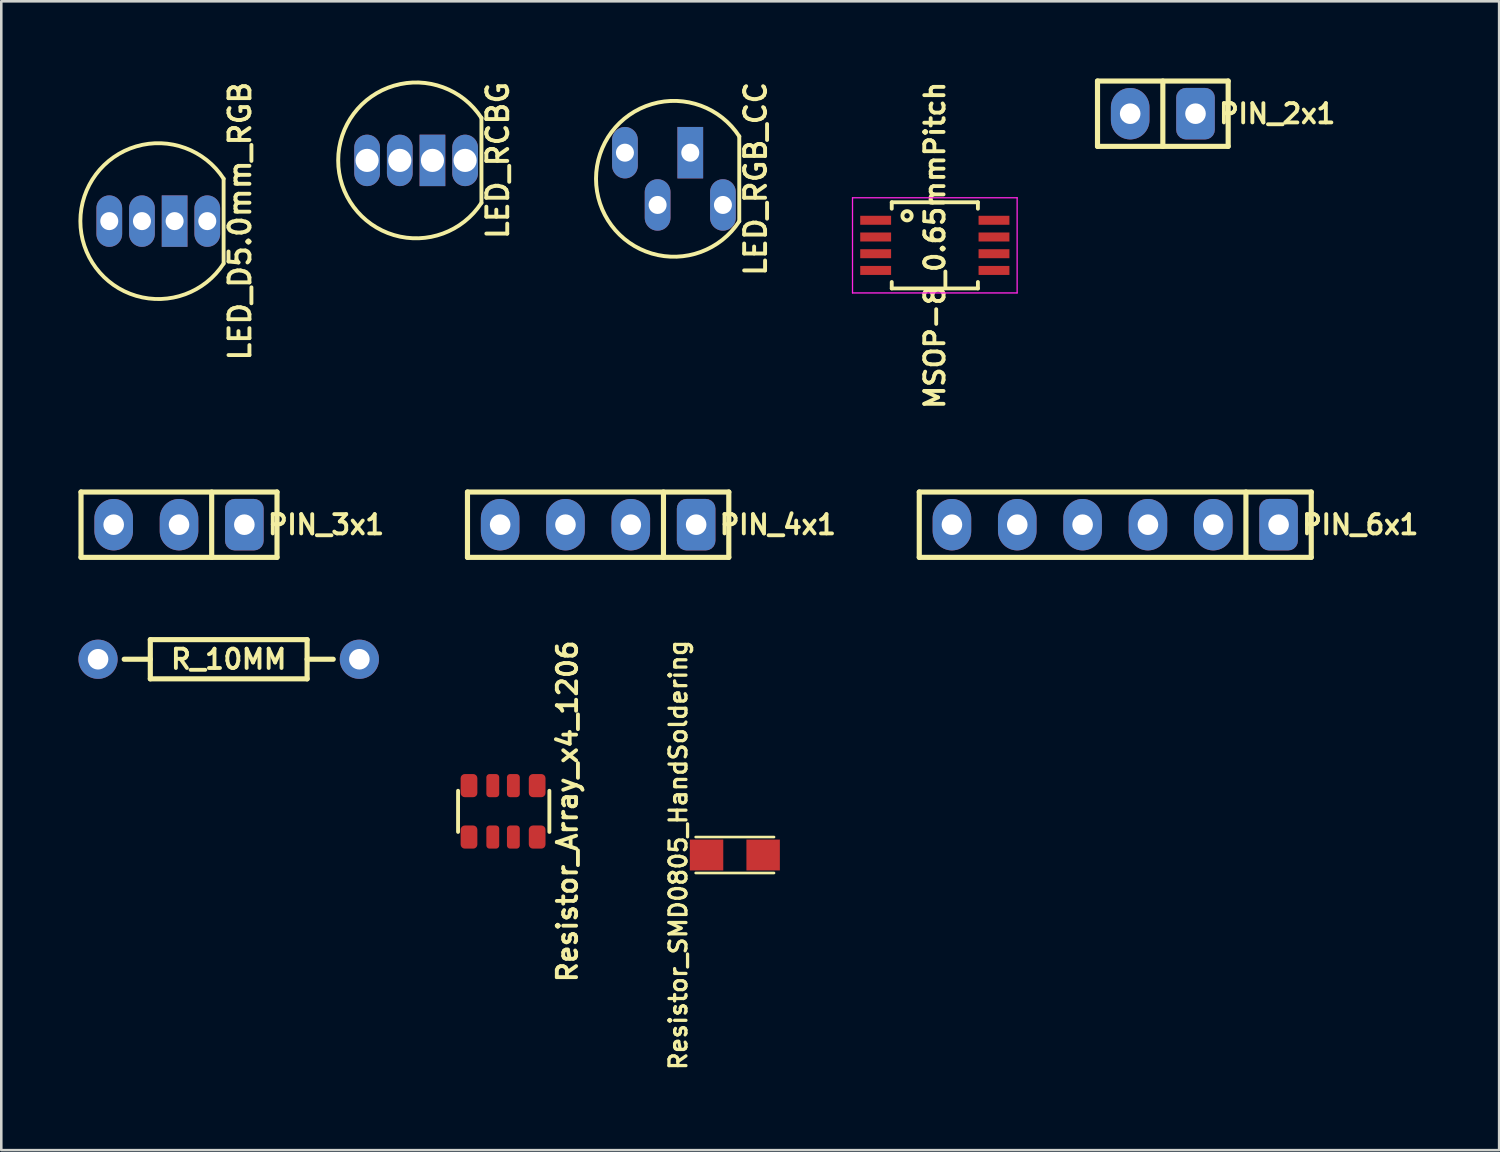
<source format=kicad_pcb>
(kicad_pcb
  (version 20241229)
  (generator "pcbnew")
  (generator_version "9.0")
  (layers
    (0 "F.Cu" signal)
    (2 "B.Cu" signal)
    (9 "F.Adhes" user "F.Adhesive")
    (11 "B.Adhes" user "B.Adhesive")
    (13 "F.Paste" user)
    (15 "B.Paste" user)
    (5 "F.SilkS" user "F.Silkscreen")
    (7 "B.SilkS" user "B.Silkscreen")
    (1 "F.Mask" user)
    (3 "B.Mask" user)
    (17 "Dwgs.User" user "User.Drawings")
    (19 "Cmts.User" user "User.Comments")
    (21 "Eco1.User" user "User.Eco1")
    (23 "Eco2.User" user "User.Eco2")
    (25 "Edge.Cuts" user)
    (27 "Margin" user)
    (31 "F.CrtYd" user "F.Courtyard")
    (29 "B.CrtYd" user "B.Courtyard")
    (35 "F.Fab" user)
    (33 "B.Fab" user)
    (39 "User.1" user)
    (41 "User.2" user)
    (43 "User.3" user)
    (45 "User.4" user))
  (footprint "LED_RGB_CC"
    (layer "F.Cu")
    (at 23.152 3.902)
    (property "Reference" "LED_RGB_CC" (at 3.175 0 90) (layer "F.SilkS") (effects (font (size 0.813 0.813) (thickness 0.152))))
    (attr through_hole)
    (fp_line (start 2.54 -1.651) (end 2.54 1.651) (stroke (width 0.152) (type solid)) (layer "F.SilkS"))
    (fp_arc (start 2.54 1.651) (mid -3.029422 -0.001262) (end 2.541375 -1.648883) (stroke (width 0.1524) (type solid)) (layer "F.SilkS"))
    (pad "BA" thru_hole oval (at -1.905 -1.016) (size 1 2) (drill 0.7) (layers "*.Cu" "*.Mask"))
    (pad "CC" thru_hole rect (at 0.635 -1.016) (size 1 2) (drill 0.7) (layers "*.Cu" "*.Mask"))
    (pad "GA" thru_hole oval (at -0.635 1.016) (size 1 2) (drill 0.7) (layers "*.Cu" "*.Mask"))
    (pad "RA" thru_hole oval (at 1.905 1.016) (size 1 2) (drill 0.7) (layers "*.Cu" "*.Mask")))
  (footprint "LED_RCBG"
    (layer "F.Cu")
    (at 13.128 3.186)
    (property "Reference" "LED_RCBG" (at 3.175 0 90) (layer "F.SilkS") (effects (font (size 0.813 0.813) (thickness 0.152))))
    (attr through_hole)
    (fp_line (start 2.54 -1.651) (end 2.54 1.651) (stroke (width 0.152) (type solid)) (layer "F.SilkS"))
    (fp_arc (start 2.54 1.651) (mid -3.029422 -0.001262) (end 2.541375 -1.648883) (stroke (width 0.1524) (type solid)) (layer "F.SilkS"))
    (pad "BA" thru_hole oval (at -0.635 0) (size 1 2) (drill 0.9) (layers "*.Cu" "*.Mask"))
    (pad "CC" thru_hole rect (at 0.635 0) (size 1 2) (drill 0.9) (layers "*.Cu" "*.Mask"))
    (pad "GA" thru_hole oval (at -1.905 0) (size 1 2) (drill 0.9) (layers "*.Cu" "*.Mask"))
    (pad "RA" thru_hole oval (at 1.905 0) (size 1 2) (drill 0.9) (layers "*.Cu" "*.Mask")))
  (footprint "Resistor_SMD0805_HandSoldering"
    (layer "F.Cu")
    (at 25.52 30.192)
    (property "Reference" "Resistor_SMD0805_HandSoldering" (at -2.2 0 90) (layer "F.SilkS") (effects (font (size 0.66 0.66) (thickness 0.127))))
    (attr smd)
    (fp_line (start -1.524 -0.699) (end 1.524 -0.699) (stroke (width 0.102) (type solid)) (layer "F.SilkS"))
    (fp_line (start 1.524 0.699) (end -1.524 0.699) (stroke (width 0.102) (type solid)) (layer "F.SilkS"))
    (pad "1" smd rect (at -1.1 0) (size 1.3 1.2) (layers "F.Cu" "F.Mask" "F.Paste"))
    (pad "2" smd rect (at 1.1 0) (size 1.3 1.2) (layers "F.Cu" "F.Mask" "F.Paste")))
  (footprint "LED_D5.0mm_RGB"
    (layer "F.Cu")
    (at 3.104 5.547)
    (property "Reference" "LED_D5.0mm_RGB" (at 3.175 0 90) (layer "F.SilkS") (effects (font (size 0.813 0.813) (thickness 0.152))))
    (attr through_hole)
    (fp_line (start 2.54 -1.651) (end 2.54 1.651) (stroke (width 0.15) (type solid)) (layer "F.SilkS"))
    (fp_arc (start 2.54 1.651) (mid -3.029422 -0.001262) (end 2.541375 -1.648883) (stroke (width 0.15) (type solid)) (layer "F.SilkS"))
    (pad "1" thru_hole oval (at 1.905 0) (size 1 2) (drill 0.7) (layers "*.Cu" "*.Mask"))
    (pad "2" thru_hole rect (at 0.635 0) (size 1 2) (drill 0.7) (layers "*.Cu" "*.Mask"))
    (pad "3" thru_hole oval (at -0.635 0) (size 1 2) (drill 0.7) (layers "*.Cu" "*.Mask"))
    (pad "4" thru_hole oval (at -1.905 0) (size 1 2) (drill 0.7) (layers "*.Cu" "*.Mask")))
  (footprint "MSOP-8_0.65mmPitch"
    (layer "F.Cu")
    (at 33.295 6.489)
    (property "Reference" "MSOP-8_0.65mmPitch" (at 0 0 90) (layer "F.SilkS") (effects (font (size 0.75 0.75) (thickness 0.15))))
    (attr smd)
    (fp_line (start -1.675 -1.675) (end -1.675 -1.425) (stroke (width 0.15) (type solid)) (layer "F.SilkS"))
    (fp_line (start -1.675 -1.675) (end 1.675 -1.675) (stroke (width 0.15) (type solid)) (layer "F.SilkS"))
    (fp_line (start -1.675 1.675) (end -1.675 1.425) (stroke (width 0.15) (type solid)) (layer "F.SilkS"))
    (fp_line (start -1.675 1.675) (end 1.675 1.675) (stroke (width 0.15) (type solid)) (layer "F.SilkS"))
    (fp_line (start 1.675 -1.675) (end 1.675 -1.425) (stroke (width 0.15) (type solid)) (layer "F.SilkS"))
    (fp_line (start 1.675 1.675) (end 1.675 1.425) (stroke (width 0.15) (type solid)) (layer "F.SilkS"))
    (fp_circle (center -1.08 -1.15) (end -0.953 -1.023) (stroke (width 0.152) (type solid)) (fill no) (layer "F.SilkS"))
    (fp_line (start -3.2 -1.85) (end -3.2 1.85) (stroke (width 0.05) (type solid)) (layer "F.CrtYd"))
    (fp_line (start -3.2 -1.85) (end 3.2 -1.85) (stroke (width 0.05) (type solid)) (layer "F.CrtYd"))
    (fp_line (start -3.2 1.85) (end 3.2 1.85) (stroke (width 0.05) (type solid)) (layer "F.CrtYd"))
    (fp_line (start 3.2 -1.85) (end 3.2 1.85) (stroke (width 0.05) (type solid)) (layer "F.CrtYd"))
    (pad "1" smd rect (at -2.3 -0.975) (size 1.2 0.35) (layers "F.Cu" "F.Mask" "F.Paste"))
    (pad "2" smd rect (at -2.3 -0.325) (size 1.2 0.35) (layers "F.Cu" "F.Mask" "F.Paste"))
    (pad "3" smd rect (at -2.3 0.325) (size 1.2 0.35) (layers "F.Cu" "F.Mask" "F.Paste"))
    (pad "4" smd rect (at -2.3 0.975) (size 1.2 0.35) (layers "F.Cu" "F.Mask" "F.Paste"))
    (pad "5" smd rect (at 2.3 0.975) (size 1.2 0.35) (layers "F.Cu" "F.Mask" "F.Paste"))
    (pad "6" smd rect (at 2.3 0.325) (size 1.2 0.35) (layers "F.Cu" "F.Mask" "F.Paste"))
    (pad "7" smd rect (at 2.3 -0.325) (size 1.2 0.35) (layers "F.Cu" "F.Mask" "F.Paste"))
    (pad "8" smd rect (at 2.3 -0.975) (size 1.2 0.35) (layers "F.Cu" "F.Mask" "F.Paste")))
  (footprint "PIN_6x1"
    (layer "F.Cu")
    (at 40.31 17.349)
    (property "Reference" "PIN_6x1" (at 9.525 0 0) (layer "F.SilkS") (effects (font (size 0.75 0.75) (thickness 0.15))))
    (attr through_hole)
    (fp_line (start -7.62 -1.27) (end -7.62 1.27) (stroke (width 0.2) (type solid)) (layer "F.SilkS"))
    (fp_line (start -7.62 1.27) (end 7.62 1.27) (stroke (width 0.2) (type solid)) (layer "F.SilkS"))
    (fp_line (start 5.08 -1.27) (end 5.08 1.27) (stroke (width 0.2) (type solid)) (layer "F.SilkS"))
    (fp_line (start 7.62 -1.27) (end -7.62 -1.27) (stroke (width 0.2) (type solid)) (layer "F.SilkS"))
    (fp_line (start 7.62 -1.27) (end 7.62 1.27) (stroke (width 0.2) (type solid)) (layer "F.SilkS"))
    (pad "1" thru_hole roundrect (at 6.35 0) (size 1.5 2) (drill 0.8) (layers "*.Cu" "*.Mask") (roundrect_rratio 0.25))
    (pad "2" thru_hole oval (at 3.81 0) (size 1.5 2) (drill 0.8) (layers "*.Cu" "*.Mask"))
    (pad "3" thru_hole oval (at 1.27 0) (size 1.5 2) (drill 0.8) (layers "*.Cu" "*.Mask"))
    (pad "4" thru_hole oval (at -1.27 0) (size 1.5 2) (drill 0.8) (layers "*.Cu" "*.Mask"))
    (pad "5" thru_hole oval (at -3.81 0) (size 1.5 2) (drill 0.8) (layers "*.Cu" "*.Mask"))
    (pad "6" thru_hole oval (at -6.35 0) (size 1.5 2) (drill 0.8) (layers "*.Cu" "*.Mask")))
  (footprint "PIN_3x1"
    (layer "F.Cu")
    (at 3.91 17.349)
    (property "Reference" "PIN_3x1" (at 5.715 0 0) (layer "F.SilkS") (effects (font (size 0.75 0.75) (thickness 0.15))))
    (attr through_hole)
    (fp_line (start -3.81 -1.27) (end -3.81 1.27) (stroke (width 0.2) (type solid)) (layer "F.SilkS"))
    (fp_line (start -3.81 1.27) (end 3.81 1.27) (stroke (width 0.2) (type solid)) (layer "F.SilkS"))
    (fp_line (start 1.27 -1.27) (end 1.27 1.27) (stroke (width 0.2) (type solid)) (layer "F.SilkS"))
    (fp_line (start 3.81 -1.27) (end -3.81 -1.27) (stroke (width 0.2) (type solid)) (layer "F.SilkS"))
    (fp_line (start 3.81 1.27) (end 3.81 -1.27) (stroke (width 0.2) (type solid)) (layer "F.SilkS"))
    (pad "1" thru_hole roundrect (at 2.54 0) (size 1.5 2) (drill 0.8) (layers "*.Cu" "*.Mask") (roundrect_rratio 0.25))
    (pad "2" thru_hole oval (at 0 0) (size 1.5 2) (drill 0.8) (layers "*.Cu" "*.Mask"))
    (pad "3" thru_hole oval (at -2.54 0) (size 1.5 2) (drill 0.8) (layers "*.Cu" "*.Mask")))
  (footprint "R_10MM"
    (layer "F.Cu")
    (at 5.842 22.581)
    (property "Reference" "R_10MM" (at 0 0 0) (layer "F.SilkS") (effects (font (size 0.75 0.75) (thickness 0.15))))
    (attr through_hole)
    (fp_line (start -3.048 -0.762) (end -3.048 0.762) (stroke (width 0.2) (type solid)) (layer "F.SilkS"))
    (fp_line (start -3.048 -0.762) (end 3.048 -0.762) (stroke (width 0.2) (type solid)) (layer "F.SilkS"))
    (fp_line (start -3.048 0) (end -4.064 0) (stroke (width 0.2) (type solid)) (layer "F.SilkS"))
    (fp_line (start -3.048 0.762) (end 3.048 0.762) (stroke (width 0.2) (type solid)) (layer "F.SilkS"))
    (fp_line (start 3.048 -0.762) (end 3.048 0.762) (stroke (width 0.2) (type solid)) (layer "F.SilkS"))
    (fp_line (start 3.048 0) (end 4.064 0) (stroke (width 0.2) (type solid)) (layer "F.SilkS"))
    (pad "1" thru_hole circle (at -5.08 0) (size 1.524 1.524) (drill 0.8) (layers "*.Cu" "*.Mask"))
    (pad "2" thru_hole circle (at 5.08 0) (size 1.524 1.524) (drill 0.8) (layers "*.Cu" "*.Mask")))
  (footprint "PIN_2x1"
    (layer "F.Cu")
    (at 42.16 1.37)
    (property "Reference" "PIN_2x1" (at 4.445 0 0) (layer "F.SilkS") (effects (font (size 0.75 0.75) (thickness 0.15))))
    (attr through_hole)
    (fp_line (start -2.54 -1.27) (end -2.54 1.27) (stroke (width 0.2) (type solid)) (layer "F.SilkS"))
    (fp_line (start -2.54 1.27) (end 2.54 1.27) (stroke (width 0.2) (type solid)) (layer "F.SilkS"))
    (fp_line (start 0 -1.27) (end 0 1.27) (stroke (width 0.2) (type solid)) (layer "F.SilkS"))
    (fp_line (start 2.54 -1.27) (end -2.54 -1.27) (stroke (width 0.2) (type solid)) (layer "F.SilkS"))
    (fp_line (start 2.54 -1.27) (end 2.54 1.27) (stroke (width 0.2) (type solid)) (layer "F.SilkS"))
    (pad "1" thru_hole roundrect (at 1.27 0) (size 1.5 2) (drill 0.8) (layers "*.Cu" "*.Mask") (roundrect_rratio 0.25))
    (pad "2" thru_hole oval (at -1.27 0) (size 1.5 2) (drill 0.8) (layers "*.Cu" "*.Mask")))
  (footprint "PIN_4x1"
    (layer "F.Cu")
    (at 20.205 17.349)
    (property "Reference" "PIN_4x1" (at 6.985 0 0) (layer "F.SilkS") (effects (font (size 0.75 0.75) (thickness 0.15))))
    (attr through_hole)
    (fp_line (start -5.08 -1.27) (end -5.08 1.27) (stroke (width 0.2) (type solid)) (layer "F.SilkS"))
    (fp_line (start -5.08 1.27) (end 5.08 1.27) (stroke (width 0.2) (type solid)) (layer "F.SilkS"))
    (fp_line (start 2.54 -1.27) (end 2.54 1.27) (stroke (width 0.2) (type solid)) (layer "F.SilkS"))
    (fp_line (start 5.08 -1.27) (end -5.08 -1.27) (stroke (width 0.2) (type solid)) (layer "F.SilkS"))
    (fp_line (start 5.08 1.27) (end 5.08 -1.27) (stroke (width 0.2) (type solid)) (layer "F.SilkS"))
    (pad "1" thru_hole roundrect (at 3.81 0) (size 1.5 2) (drill 0.8) (layers "*.Cu" "*.Mask") (roundrect_rratio 0.25))
    (pad "2" thru_hole oval (at 1.27 0) (size 1.5 2) (drill 0.8) (layers "*.Cu" "*.Mask"))
    (pad "3" thru_hole oval (at -1.27 0) (size 1.5 2) (drill 0.8) (layers "*.Cu" "*.Mask"))
    (pad "4" thru_hole oval (at -3.81 0) (size 1.5 2) (drill 0.8) (layers "*.Cu" "*.Mask")))
  (footprint "Resistor_Array_x4_1206"
    (layer "F.Cu")
    (at 16.509 28.494)
    (property "Reference" "Resistor_Array_x4_1206" (at 2.5 0 90) (layer "F.SilkS") (effects (font (size 0.75 0.75) (thickness 0.15))))
    (attr through_hole)
    (fp_line (start -1.75 0.8) (end -1.75 -0.8) (stroke (width 0.15) (type solid)) (layer "F.SilkS"))
    (fp_line (start 1.8 -0.8) (end 1.8 0.8) (stroke (width 0.15) (type solid)) (layer "F.SilkS"))
    (pad "1" smd roundrect (at -1.325 1) (size 0.65 0.9) (layers "F.Cu" "F.Mask" "F.Paste") (roundrect_rratio 0.25))
    (pad "2" smd roundrect (at -0.4 1) (size 0.5 0.9) (layers "F.Cu" "F.Mask" "F.Paste") (roundrect_rratio 0.25))
    (pad "3" smd roundrect (at 0.4 1) (size 0.5 0.9) (layers "F.Cu" "F.Mask" "F.Paste") (roundrect_rratio 0.25))
    (pad "4" smd roundrect (at 1.325 1) (size 0.65 0.9) (layers "F.Cu" "F.Mask" "F.Paste") (roundrect_rratio 0.25))
    (pad "5" smd roundrect (at 1.325 -1) (size 0.65 0.9) (layers "F.Cu" "F.Mask" "F.Paste") (roundrect_rratio 0.25))
    (pad "6" smd roundrect (at 0.4 -1) (size 0.5 0.9) (layers "F.Cu" "F.Mask" "F.Paste") (roundrect_rratio 0.25))
    (pad "7" smd roundrect (at -0.4 -1) (size 0.5 0.9) (layers "F.Cu" "F.Mask" "F.Paste") (roundrect_rratio 0.25))
    (pad "8" smd roundrect (at -1.325 -1) (size 0.65 0.9) (layers "F.Cu" "F.Mask" "F.Paste") (roundrect_rratio 0.25)))
  (gr_rect
    (start -3 -3)
    (end 55.235 41.666)
    (stroke (width 0.1) (type default))
    (fill no)
    (layer "Edge.Cuts")))
</source>
